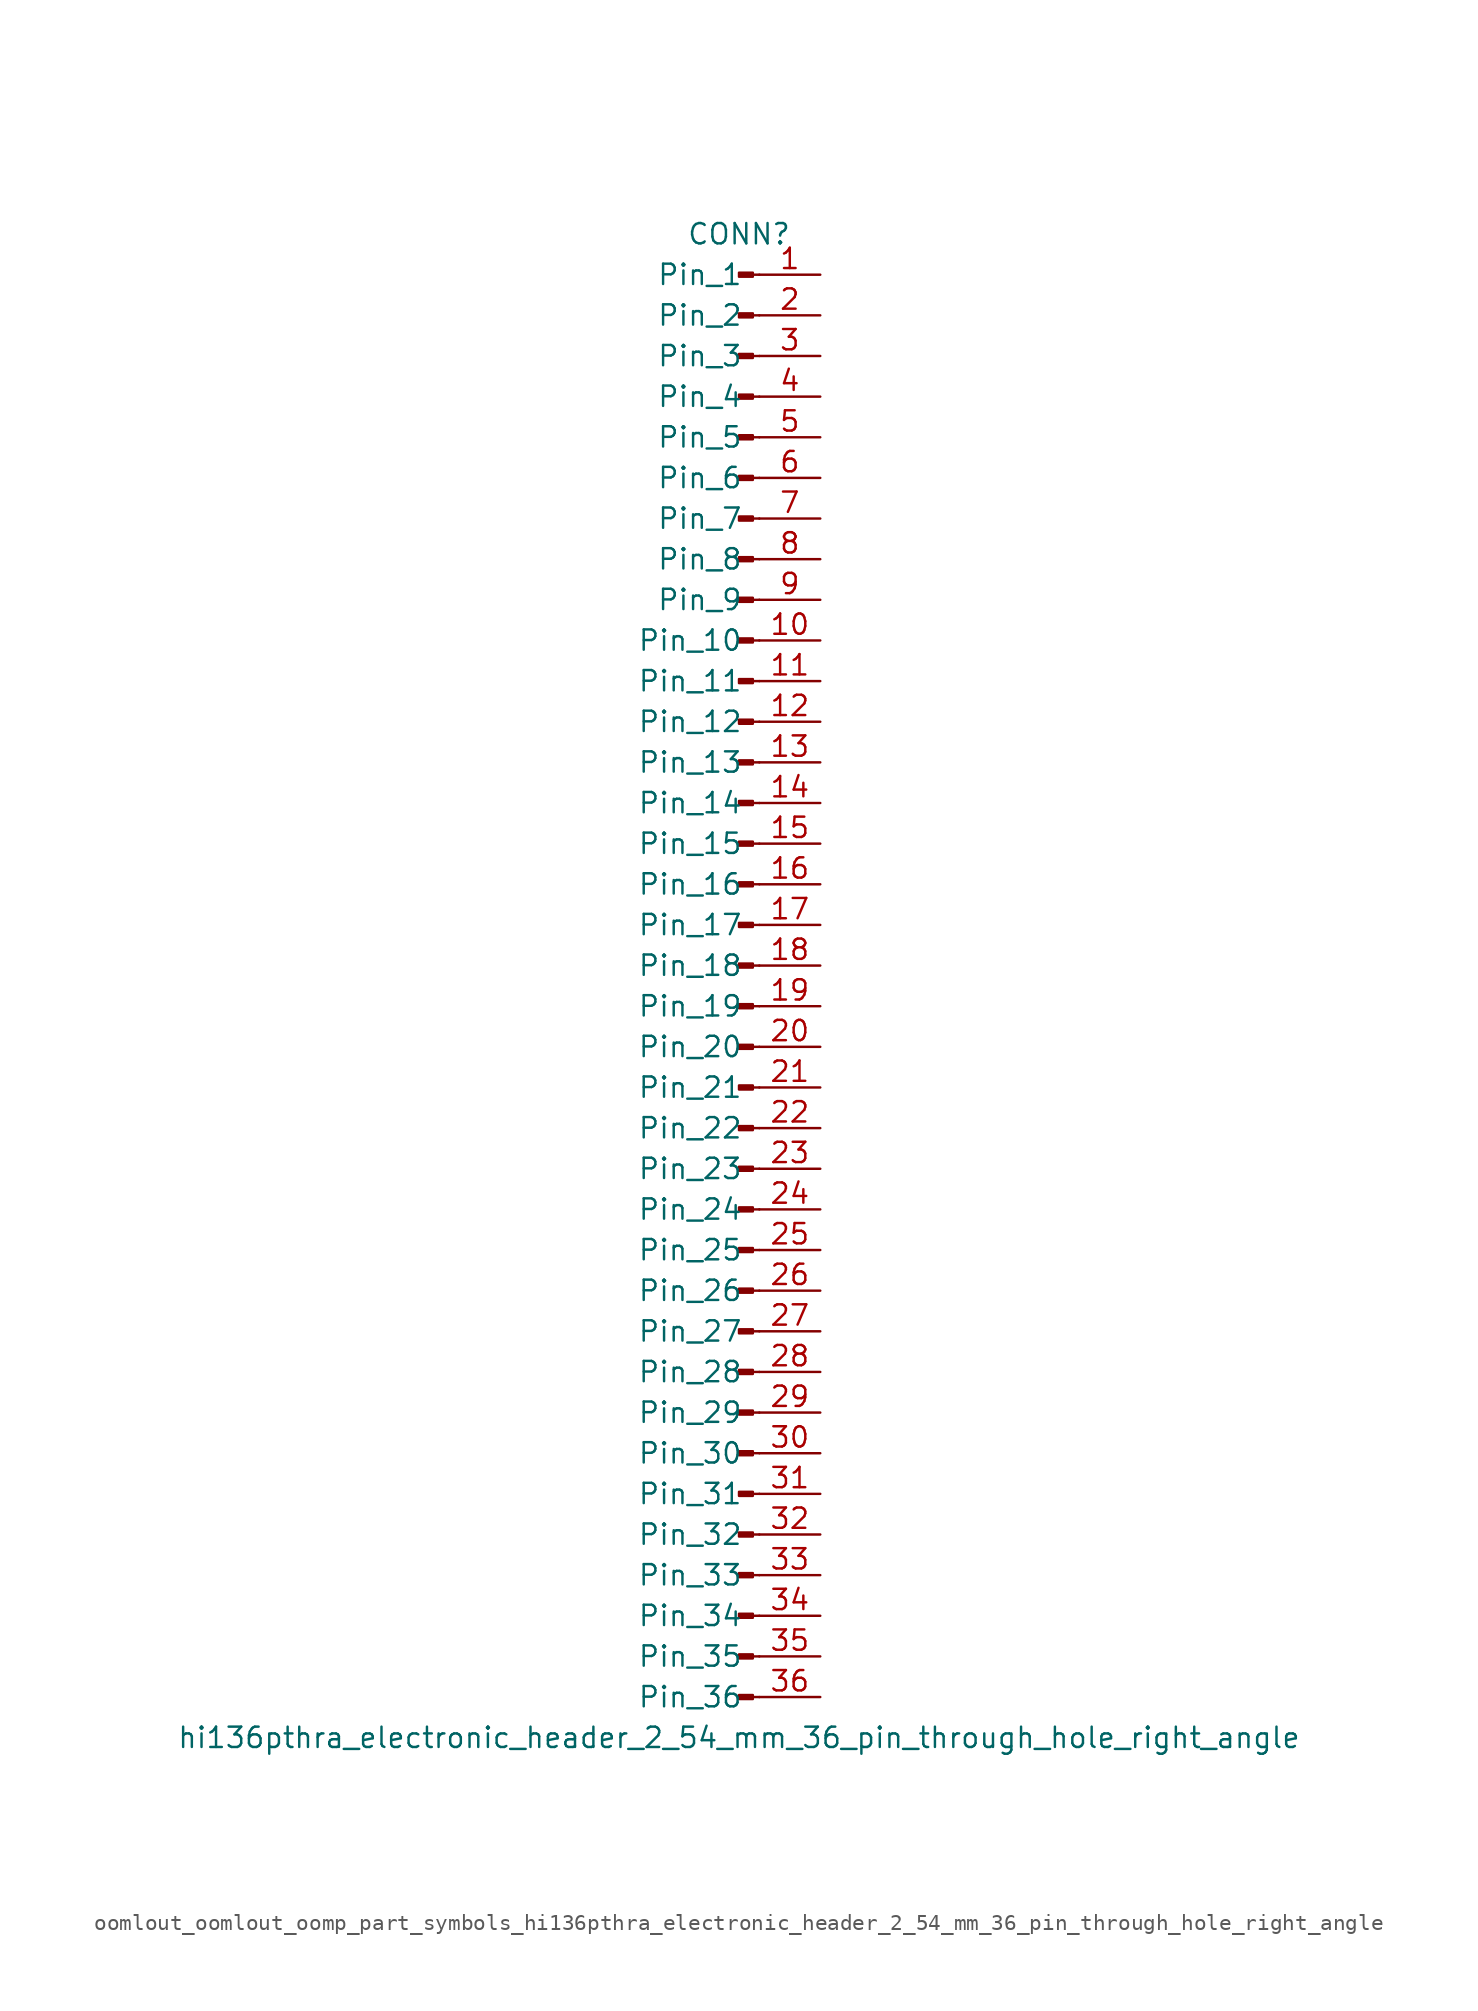
<source format=kicad_sym>
(kicad_symbol_lib
  (version 20220914)
  (generator kicad_symbol_editor)
  (symbol "oomlout_oomlout_oomp_part_symbols_hi136pthra_electronic_header_2_54_mm_36_pin_through_hole_right_angle"
    (pin_names
      (offset 1.016))
    (property "Reference" "CONN"
      (at 0 45.72 0)
      (effects (font (size 1.27 1.27))))
    (property "Value" "hi136pthra_electronic_header_2_54_mm_36_pin_through_hole_right_angle"
      (at 0 -48.26 0)
      (effects (font (size 1.27 1.27))))
    (property "ki_locked" ""
      (at 0 0 0)
      (effects (font (size 1.27 1.27))))
    (symbol "oomlout_oomlout_oomp_part_symbols_hi136pthra_electronic_header_2_54_mm_36_pin_through_hole_right_angle_1_1"
      (polyline (pts (xy 1.27 -45.72) (xy 0.864 -45.72)) (stroke (width 0.152) (type default)) (fill (type none)))
      (polyline (pts (xy 1.27 -43.18) (xy 0.864 -43.18)) (stroke (width 0.152) (type default)) (fill (type none)))
      (polyline (pts (xy 1.27 -40.64) (xy 0.864 -40.64)) (stroke (width 0.152) (type default)) (fill (type none)))
      (polyline (pts (xy 1.27 -38.1) (xy 0.864 -38.1)) (stroke (width 0.152) (type default)) (fill (type none)))
      (polyline (pts (xy 1.27 -35.56) (xy 0.864 -35.56)) (stroke (width 0.152) (type default)) (fill (type none)))
      (polyline (pts (xy 1.27 -33.02) (xy 0.864 -33.02)) (stroke (width 0.152) (type default)) (fill (type none)))
      (polyline (pts (xy 1.27 -30.48) (xy 0.864 -30.48)) (stroke (width 0.152) (type default)) (fill (type none)))
      (polyline (pts (xy 1.27 -27.94) (xy 0.864 -27.94)) (stroke (width 0.152) (type default)) (fill (type none)))
      (polyline (pts (xy 1.27 -25.4) (xy 0.864 -25.4)) (stroke (width 0.152) (type default)) (fill (type none)))
      (polyline (pts (xy 1.27 -22.86) (xy 0.864 -22.86)) (stroke (width 0.152) (type default)) (fill (type none)))
      (polyline (pts (xy 1.27 -20.32) (xy 0.864 -20.32)) (stroke (width 0.152) (type default)) (fill (type none)))
      (polyline (pts (xy 1.27 -17.78) (xy 0.864 -17.78)) (stroke (width 0.152) (type default)) (fill (type none)))
      (polyline (pts (xy 1.27 -15.24) (xy 0.864 -15.24)) (stroke (width 0.152) (type default)) (fill (type none)))
      (polyline (pts (xy 1.27 -12.7) (xy 0.864 -12.7)) (stroke (width 0.152) (type default)) (fill (type none)))
      (polyline (pts (xy 1.27 -10.16) (xy 0.864 -10.16)) (stroke (width 0.152) (type default)) (fill (type none)))
      (polyline (pts (xy 1.27 -7.62) (xy 0.864 -7.62)) (stroke (width 0.152) (type default)) (fill (type none)))
      (polyline (pts (xy 1.27 -5.08) (xy 0.864 -5.08)) (stroke (width 0.152) (type default)) (fill (type none)))
      (polyline (pts (xy 1.27 -2.54) (xy 0.864 -2.54)) (stroke (width 0.152) (type default)) (fill (type none)))
      (polyline (pts (xy 1.27 0) (xy 0.864 0)) (stroke (width 0.152) (type default)) (fill (type none)))
      (polyline (pts (xy 1.27 2.54) (xy 0.864 2.54)) (stroke (width 0.152) (type default)) (fill (type none)))
      (polyline (pts (xy 1.27 5.08) (xy 0.864 5.08)) (stroke (width 0.152) (type default)) (fill (type none)))
      (polyline (pts (xy 1.27 7.62) (xy 0.864 7.62)) (stroke (width 0.152) (type default)) (fill (type none)))
      (polyline (pts (xy 1.27 10.16) (xy 0.864 10.16)) (stroke (width 0.152) (type default)) (fill (type none)))
      (polyline (pts (xy 1.27 12.7) (xy 0.864 12.7)) (stroke (width 0.152) (type default)) (fill (type none)))
      (polyline (pts (xy 1.27 15.24) (xy 0.864 15.24)) (stroke (width 0.152) (type default)) (fill (type none)))
      (polyline (pts (xy 1.27 17.78) (xy 0.864 17.78)) (stroke (width 0.152) (type default)) (fill (type none)))
      (polyline (pts (xy 1.27 20.32) (xy 0.864 20.32)) (stroke (width 0.152) (type default)) (fill (type none)))
      (polyline (pts (xy 1.27 22.86) (xy 0.864 22.86)) (stroke (width 0.152) (type default)) (fill (type none)))
      (polyline (pts (xy 1.27 25.4) (xy 0.864 25.4)) (stroke (width 0.152) (type default)) (fill (type none)))
      (polyline (pts (xy 1.27 27.94) (xy 0.864 27.94)) (stroke (width 0.152) (type default)) (fill (type none)))
      (polyline (pts (xy 1.27 30.48) (xy 0.864 30.48)) (stroke (width 0.152) (type default)) (fill (type none)))
      (polyline (pts (xy 1.27 33.02) (xy 0.864 33.02)) (stroke (width 0.152) (type default)) (fill (type none)))
      (polyline (pts (xy 1.27 35.56) (xy 0.864 35.56)) (stroke (width 0.152) (type default)) (fill (type none)))
      (polyline (pts (xy 1.27 38.1) (xy 0.864 38.1)) (stroke (width 0.152) (type default)) (fill (type none)))
      (polyline (pts (xy 1.27 40.64) (xy 0.864 40.64)) (stroke (width 0.152) (type default)) (fill (type none)))
      (polyline (pts (xy 1.27 43.18) (xy 0.864 43.18)) (stroke (width 0.152) (type default)) (fill (type none)))
      (rectangle (start 0.864 -45.593) (end 0 -45.847) (stroke (width 0.152) (type default)) (fill (type outline)))
      (rectangle (start 0.864 -43.053) (end 0 -43.307) (stroke (width 0.152) (type default)) (fill (type outline)))
      (rectangle (start 0.864 -40.513) (end 0 -40.767) (stroke (width 0.152) (type default)) (fill (type outline)))
      (rectangle (start 0.864 -37.973) (end 0 -38.227) (stroke (width 0.152) (type default)) (fill (type outline)))
      (rectangle (start 0.864 -35.433) (end 0 -35.687) (stroke (width 0.152) (type default)) (fill (type outline)))
      (rectangle (start 0.864 -32.893) (end 0 -33.147) (stroke (width 0.152) (type default)) (fill (type outline)))
      (rectangle (start 0.864 -30.353) (end 0 -30.607) (stroke (width 0.152) (type default)) (fill (type outline)))
      (rectangle (start 0.864 -27.813) (end 0 -28.067) (stroke (width 0.152) (type default)) (fill (type outline)))
      (rectangle (start 0.864 -25.273) (end 0 -25.527) (stroke (width 0.152) (type default)) (fill (type outline)))
      (rectangle (start 0.864 -22.733) (end 0 -22.987) (stroke (width 0.152) (type default)) (fill (type outline)))
      (rectangle (start 0.864 -20.193) (end 0 -20.447) (stroke (width 0.152) (type default)) (fill (type outline)))
      (rectangle (start 0.864 -17.653) (end 0 -17.907) (stroke (width 0.152) (type default)) (fill (type outline)))
      (rectangle (start 0.864 -15.113) (end 0 -15.367) (stroke (width 0.152) (type default)) (fill (type outline)))
      (rectangle (start 0.864 -12.573) (end 0 -12.827) (stroke (width 0.152) (type default)) (fill (type outline)))
      (rectangle (start 0.864 -10.033) (end 0 -10.287) (stroke (width 0.152) (type default)) (fill (type outline)))
      (rectangle (start 0.864 -7.493) (end 0 -7.747) (stroke (width 0.152) (type default)) (fill (type outline)))
      (rectangle (start 0.864 -4.953) (end 0 -5.207) (stroke (width 0.152) (type default)) (fill (type outline)))
      (rectangle (start 0.864 -2.413) (end 0 -2.667) (stroke (width 0.152) (type default)) (fill (type outline)))
      (rectangle (start 0.864 0.127) (end 0 -0.127) (stroke (width 0.152) (type default)) (fill (type outline)))
      (rectangle (start 0.864 2.667) (end 0 2.413) (stroke (width 0.152) (type default)) (fill (type outline)))
      (rectangle (start 0.864 5.207) (end 0 4.953) (stroke (width 0.152) (type default)) (fill (type outline)))
      (rectangle (start 0.864 7.747) (end 0 7.493) (stroke (width 0.152) (type default)) (fill (type outline)))
      (rectangle (start 0.864 10.287) (end 0 10.033) (stroke (width 0.152) (type default)) (fill (type outline)))
      (rectangle (start 0.864 12.827) (end 0 12.573) (stroke (width 0.152) (type default)) (fill (type outline)))
      (rectangle (start 0.864 15.367) (end 0 15.113) (stroke (width 0.152) (type default)) (fill (type outline)))
      (rectangle (start 0.864 17.907) (end 0 17.653) (stroke (width 0.152) (type default)) (fill (type outline)))
      (rectangle (start 0.864 20.447) (end 0 20.193) (stroke (width 0.152) (type default)) (fill (type outline)))
      (rectangle (start 0.864 22.987) (end 0 22.733) (stroke (width 0.152) (type default)) (fill (type outline)))
      (rectangle (start 0.864 25.527) (end 0 25.273) (stroke (width 0.152) (type default)) (fill (type outline)))
      (rectangle (start 0.864 28.067) (end 0 27.813) (stroke (width 0.152) (type default)) (fill (type outline)))
      (rectangle (start 0.864 30.607) (end 0 30.353) (stroke (width 0.152) (type default)) (fill (type outline)))
      (rectangle (start 0.864 33.147) (end 0 32.893) (stroke (width 0.152) (type default)) (fill (type outline)))
      (rectangle (start 0.864 35.687) (end 0 35.433) (stroke (width 0.152) (type default)) (fill (type outline)))
      (rectangle (start 0.864 38.227) (end 0 37.973) (stroke (width 0.152) (type default)) (fill (type outline)))
      (rectangle (start 0.864 40.767) (end 0 40.513) (stroke (width 0.152) (type default)) (fill (type outline)))
      (rectangle (start 0.864 43.307) (end 0 43.053) (stroke (width 0.152) (type default)) (fill (type outline)))
      (pin passive line (at 5.08 43.18 180) (length 3.81) (name "Pin_1" (effects (font (size 1.27 1.27)))) (number "1" (effects (font (size 1.27 1.27)))))
      (pin passive line (at 5.08 20.32 180) (length 3.81) (name "Pin_10" (effects (font (size 1.27 1.27)))) (number "10" (effects (font (size 1.27 1.27)))))
      (pin passive line (at 5.08 17.78 180) (length 3.81) (name "Pin_11" (effects (font (size 1.27 1.27)))) (number "11" (effects (font (size 1.27 1.27)))))
      (pin passive line (at 5.08 15.24 180) (length 3.81) (name "Pin_12" (effects (font (size 1.27 1.27)))) (number "12" (effects (font (size 1.27 1.27)))))
      (pin passive line (at 5.08 12.7 180) (length 3.81) (name "Pin_13" (effects (font (size 1.27 1.27)))) (number "13" (effects (font (size 1.27 1.27)))))
      (pin passive line (at 5.08 10.16 180) (length 3.81) (name "Pin_14" (effects (font (size 1.27 1.27)))) (number "14" (effects (font (size 1.27 1.27)))))
      (pin passive line (at 5.08 7.62 180) (length 3.81) (name "Pin_15" (effects (font (size 1.27 1.27)))) (number "15" (effects (font (size 1.27 1.27)))))
      (pin passive line (at 5.08 5.08 180) (length 3.81) (name "Pin_16" (effects (font (size 1.27 1.27)))) (number "16" (effects (font (size 1.27 1.27)))))
      (pin passive line (at 5.08 2.54 180) (length 3.81) (name "Pin_17" (effects (font (size 1.27 1.27)))) (number "17" (effects (font (size 1.27 1.27)))))
      (pin passive line (at 5.08 0 180) (length 3.81) (name "Pin_18" (effects (font (size 1.27 1.27)))) (number "18" (effects (font (size 1.27 1.27)))))
      (pin passive line (at 5.08 -2.54 180) (length 3.81) (name "Pin_19" (effects (font (size 1.27 1.27)))) (number "19" (effects (font (size 1.27 1.27)))))
      (pin passive line (at 5.08 40.64 180) (length 3.81) (name "Pin_2" (effects (font (size 1.27 1.27)))) (number "2" (effects (font (size 1.27 1.27)))))
      (pin passive line (at 5.08 -5.08 180) (length 3.81) (name "Pin_20" (effects (font (size 1.27 1.27)))) (number "20" (effects (font (size 1.27 1.27)))))
      (pin passive line (at 5.08 -7.62 180) (length 3.81) (name "Pin_21" (effects (font (size 1.27 1.27)))) (number "21" (effects (font (size 1.27 1.27)))))
      (pin passive line (at 5.08 -10.16 180) (length 3.81) (name "Pin_22" (effects (font (size 1.27 1.27)))) (number "22" (effects (font (size 1.27 1.27)))))
      (pin passive line (at 5.08 -12.7 180) (length 3.81) (name "Pin_23" (effects (font (size 1.27 1.27)))) (number "23" (effects (font (size 1.27 1.27)))))
      (pin passive line (at 5.08 -15.24 180) (length 3.81) (name "Pin_24" (effects (font (size 1.27 1.27)))) (number "24" (effects (font (size 1.27 1.27)))))
      (pin passive line (at 5.08 -17.78 180) (length 3.81) (name "Pin_25" (effects (font (size 1.27 1.27)))) (number "25" (effects (font (size 1.27 1.27)))))
      (pin passive line (at 5.08 -20.32 180) (length 3.81) (name "Pin_26" (effects (font (size 1.27 1.27)))) (number "26" (effects (font (size 1.27 1.27)))))
      (pin passive line (at 5.08 -22.86 180) (length 3.81) (name "Pin_27" (effects (font (size 1.27 1.27)))) (number "27" (effects (font (size 1.27 1.27)))))
      (pin passive line (at 5.08 -25.4 180) (length 3.81) (name "Pin_28" (effects (font (size 1.27 1.27)))) (number "28" (effects (font (size 1.27 1.27)))))
      (pin passive line (at 5.08 -27.94 180) (length 3.81) (name "Pin_29" (effects (font (size 1.27 1.27)))) (number "29" (effects (font (size 1.27 1.27)))))
      (pin passive line (at 5.08 38.1 180) (length 3.81) (name "Pin_3" (effects (font (size 1.27 1.27)))) (number "3" (effects (font (size 1.27 1.27)))))
      (pin passive line (at 5.08 -30.48 180) (length 3.81) (name "Pin_30" (effects (font (size 1.27 1.27)))) (number "30" (effects (font (size 1.27 1.27)))))
      (pin passive line (at 5.08 -33.02 180) (length 3.81) (name "Pin_31" (effects (font (size 1.27 1.27)))) (number "31" (effects (font (size 1.27 1.27)))))
      (pin passive line (at 5.08 -35.56 180) (length 3.81) (name "Pin_32" (effects (font (size 1.27 1.27)))) (number "32" (effects (font (size 1.27 1.27)))))
      (pin passive line (at 5.08 -38.1 180) (length 3.81) (name "Pin_33" (effects (font (size 1.27 1.27)))) (number "33" (effects (font (size 1.27 1.27)))))
      (pin passive line (at 5.08 -40.64 180) (length 3.81) (name "Pin_34" (effects (font (size 1.27 1.27)))) (number "34" (effects (font (size 1.27 1.27)))))
      (pin passive line (at 5.08 -43.18 180) (length 3.81) (name "Pin_35" (effects (font (size 1.27 1.27)))) (number "35" (effects (font (size 1.27 1.27)))))
      (pin passive line (at 5.08 -45.72 180) (length 3.81) (name "Pin_36" (effects (font (size 1.27 1.27)))) (number "36" (effects (font (size 1.27 1.27)))))
      (pin passive line (at 5.08 35.56 180) (length 3.81) (name "Pin_4" (effects (font (size 1.27 1.27)))) (number "4" (effects (font (size 1.27 1.27)))))
      (pin passive line (at 5.08 33.02 180) (length 3.81) (name "Pin_5" (effects (font (size 1.27 1.27)))) (number "5" (effects (font (size 1.27 1.27)))))
      (pin passive line (at 5.08 30.48 180) (length 3.81) (name "Pin_6" (effects (font (size 1.27 1.27)))) (number "6" (effects (font (size 1.27 1.27)))))
      (pin passive line (at 5.08 27.94 180) (length 3.81) (name "Pin_7" (effects (font (size 1.27 1.27)))) (number "7" (effects (font (size 1.27 1.27)))))
      (pin passive line (at 5.08 25.4 180) (length 3.81) (name "Pin_8" (effects (font (size 1.27 1.27)))) (number "8" (effects (font (size 1.27 1.27)))))
      (pin passive line (at 5.08 22.86 180) (length 3.81) (name "Pin_9" (effects (font (size 1.27 1.27)))) (number "9" (effects (font (size 1.27 1.27))))))))
</source>
